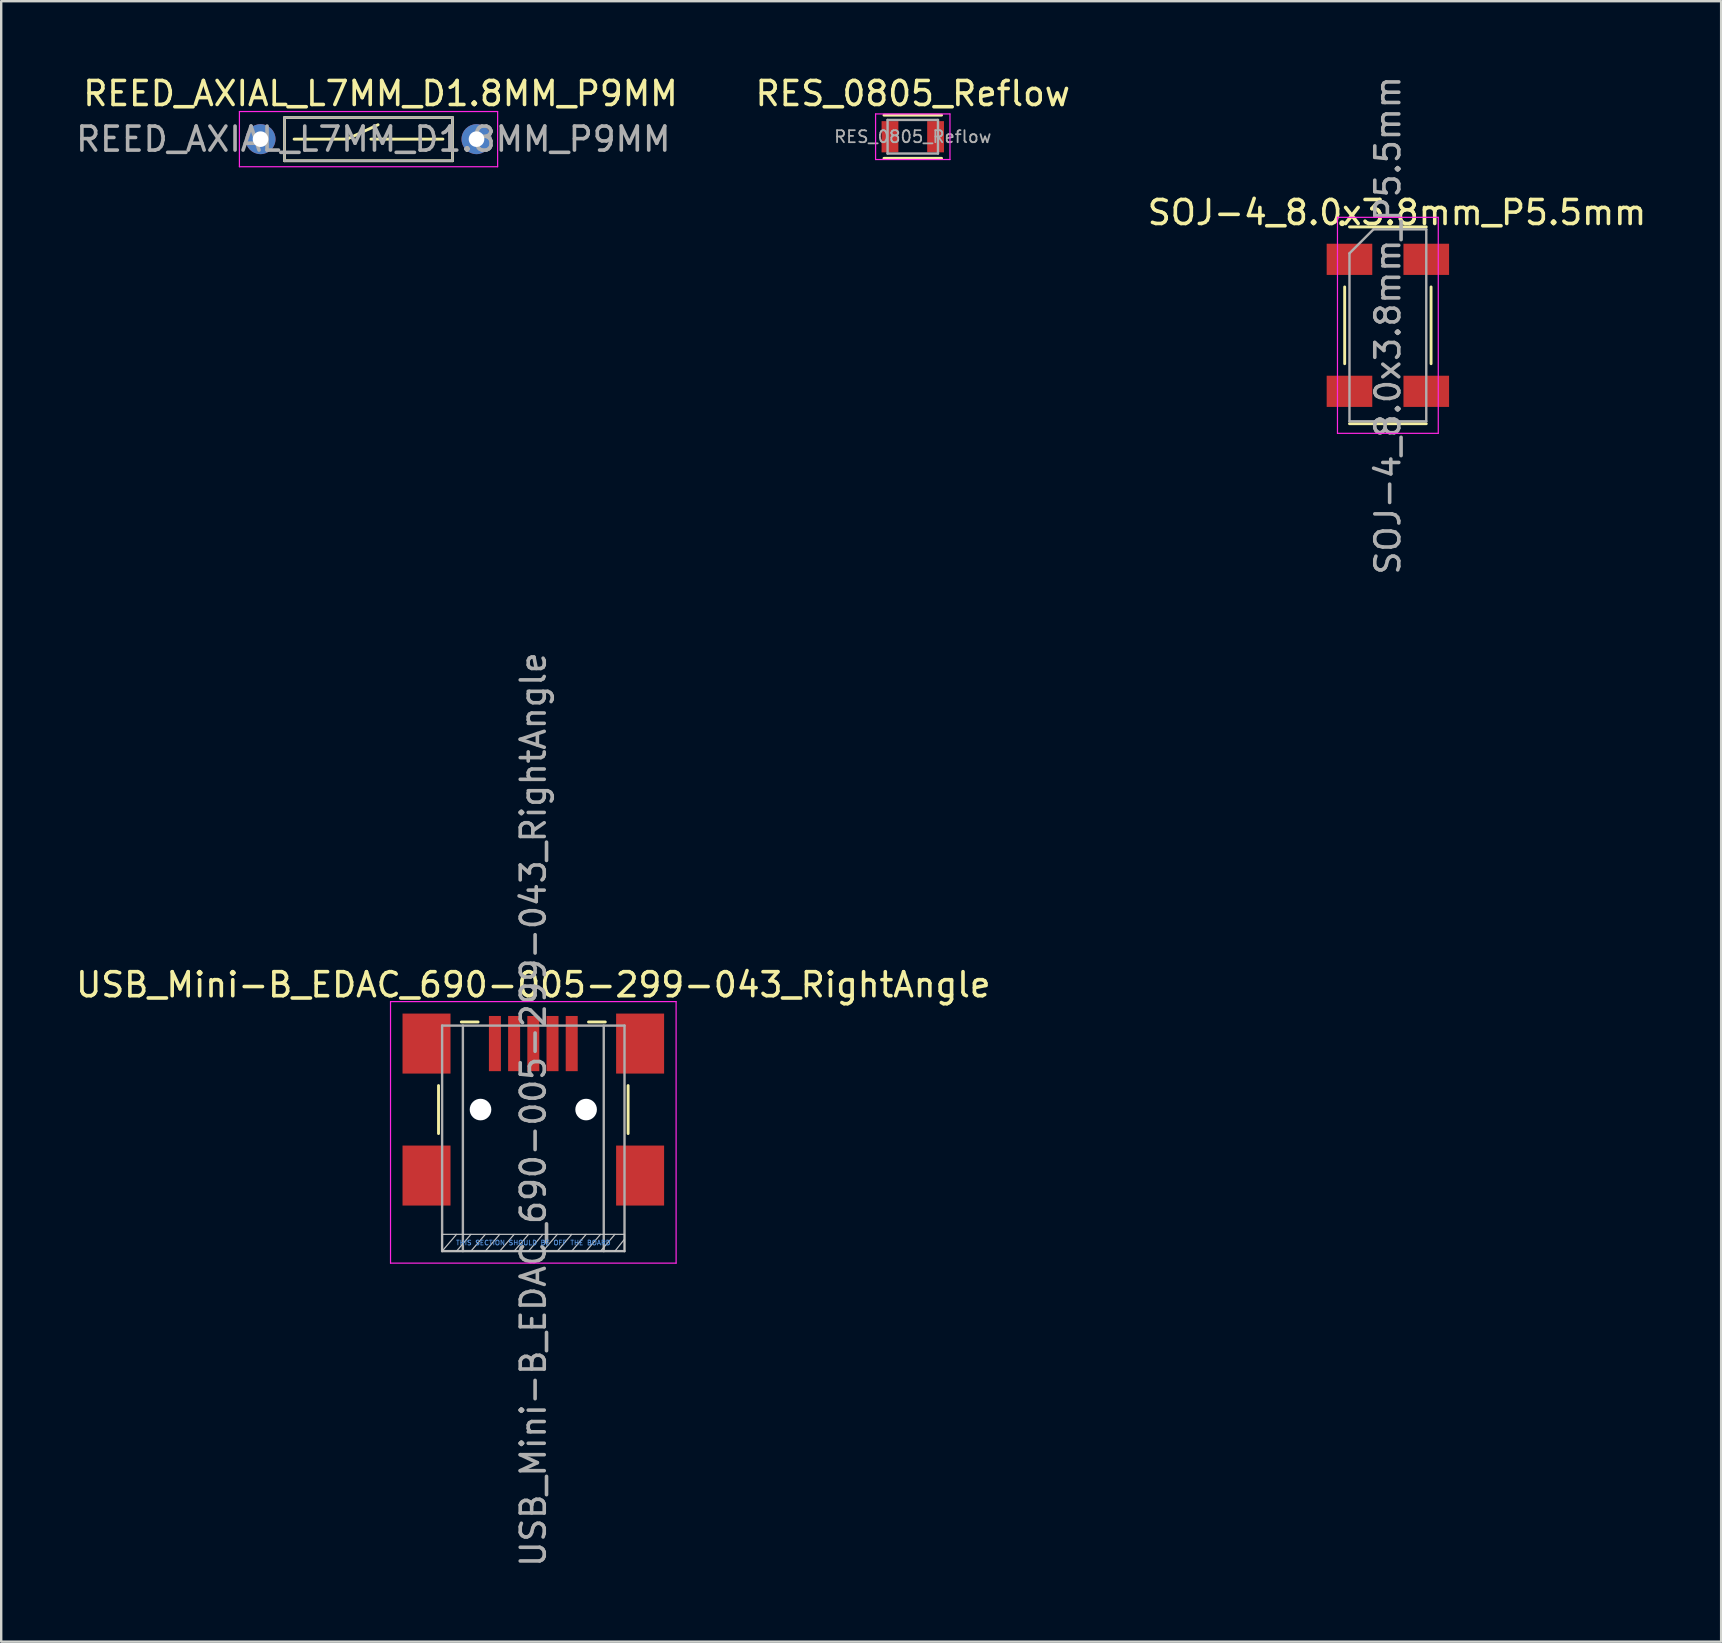
<source format=kicad_pcb>
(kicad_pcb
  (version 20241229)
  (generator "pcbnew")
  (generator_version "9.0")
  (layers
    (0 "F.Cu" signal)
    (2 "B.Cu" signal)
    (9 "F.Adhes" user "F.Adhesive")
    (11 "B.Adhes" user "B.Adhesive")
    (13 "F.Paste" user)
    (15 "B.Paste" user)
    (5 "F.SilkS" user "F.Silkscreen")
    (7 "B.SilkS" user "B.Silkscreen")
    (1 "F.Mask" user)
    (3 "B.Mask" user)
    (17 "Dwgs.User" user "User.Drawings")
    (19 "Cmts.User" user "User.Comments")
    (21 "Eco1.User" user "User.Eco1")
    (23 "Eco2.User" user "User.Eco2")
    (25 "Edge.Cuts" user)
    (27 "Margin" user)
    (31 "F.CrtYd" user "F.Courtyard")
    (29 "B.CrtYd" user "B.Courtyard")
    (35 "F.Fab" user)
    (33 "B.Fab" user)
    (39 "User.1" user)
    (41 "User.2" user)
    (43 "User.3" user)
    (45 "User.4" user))
  (footprint "USB_Mini-B_EDAC_690-005-299-043_RightAngle"
    (layer "F.Cu")
    (at 19.173 43.185)
    (property "Reference" "USB_Mini-B_EDAC_690-005-299-043_RightAngle" (at 0 -5.2 0) (layer "F.SilkS") (effects (font (size 1 1) (thickness 0.15))))
    (attr smd)
    (fp_line (start -3.95 -1) (end -3.95 1) (stroke (width 0.12) (type solid)) (layer "F.SilkS"))
    (fp_line (start -2.3 -3.65) (end -3 -3.65) (stroke (width 0.12) (type solid)) (layer "F.SilkS"))
    (fp_line (start 2.3 -3.65) (end 3 -3.65) (stroke (width 0.12) (type solid)) (layer "F.SilkS"))
    (fp_line (start 3.95 -1) (end 3.95 1) (stroke (width 0.12) (type solid)) (layer "F.SilkS"))
    (fp_line (start -3.8 5.2) (end -3.8 5.9) (stroke (width 0.05) (type solid)) (layer "Dwgs.User"))
    (fp_line (start -3.8 5.2) (end 3.8 5.2) (stroke (width 0.05) (type solid)) (layer "Dwgs.User"))
    (fp_line (start -3.8 5.9) (end -3.2 5.2) (stroke (width 0.05) (type solid)) (layer "Dwgs.User"))
    (fp_line (start -3.8 5.9) (end 3.8 5.9) (stroke (width 0.05) (type solid)) (layer "Dwgs.User"))
    (fp_line (start -3.2 5.9) (end -2.6 5.2) (stroke (width 0.05) (type solid)) (layer "Dwgs.User"))
    (fp_line (start -2.6 5.9) (end -2 5.2) (stroke (width 0.05) (type solid)) (layer "Dwgs.User"))
    (fp_line (start -2 5.9) (end -1.4 5.2) (stroke (width 0.05) (type solid)) (layer "Dwgs.User"))
    (fp_line (start -1.4 5.9) (end -0.8 5.2) (stroke (width 0.05) (type solid)) (layer "Dwgs.User"))
    (fp_line (start -0.8 5.9) (end -0.2 5.2) (stroke (width 0.05) (type solid)) (layer "Dwgs.User"))
    (fp_line (start -0.2 5.9) (end 0.4 5.2) (stroke (width 0.05) (type solid)) (layer "Dwgs.User"))
    (fp_line (start 0.4 5.9) (end 1 5.2) (stroke (width 0.05) (type solid)) (layer "Dwgs.User"))
    (fp_line (start 1 5.9) (end 1.6 5.2) (stroke (width 0.05) (type solid)) (layer "Dwgs.User"))
    (fp_line (start 1.6 5.9) (end 2.2 5.2) (stroke (width 0.05) (type solid)) (layer "Dwgs.User"))
    (fp_line (start 2.2 5.9) (end 2.8 5.2) (stroke (width 0.05) (type solid)) (layer "Dwgs.User"))
    (fp_line (start 2.8 5.9) (end 3.4 5.2) (stroke (width 0.05) (type solid)) (layer "Dwgs.User"))
    (fp_line (start 3.4 5.9) (end 3.8 5.4) (stroke (width 0.05) (type solid)) (layer "Dwgs.User"))
    (fp_line (start 3.8 5.2) (end 3.8 5.9) (stroke (width 0.05) (type solid)) (layer "Dwgs.User"))
    (fp_line (start -5.95 -4.5) (end -5.95 6.4) (stroke (width 0.05) (type solid)) (layer "F.CrtYd"))
    (fp_line (start -5.95 -4.5) (end 5.95 -4.5) (stroke (width 0.05) (type solid)) (layer "F.CrtYd"))
    (fp_line (start -5.95 6.4) (end 5.95 6.4) (stroke (width 0.05) (type solid)) (layer "F.CrtYd"))
    (fp_line (start 5.95 -4.5) (end 5.95 6.4) (stroke (width 0.05) (type solid)) (layer "F.CrtYd"))
    (fp_line (start -3.8 -3.5) (end -3.8 5.9) (stroke (width 0.1) (type solid)) (layer "F.Fab"))
    (fp_line (start -3.8 -3.5) (end 3.8 -3.5) (stroke (width 0.1) (type solid)) (layer "F.Fab"))
    (fp_line (start -3.8 5.9) (end 3.8 5.9) (stroke (width 0.1) (type solid)) (layer "F.Fab"))
    (fp_line (start -2.935 -3.5) (end -2.935 5.9) (stroke (width 0.1) (type solid)) (layer "F.Fab"))
    (fp_line (start 2.935 5.9) (end 2.935 -3.5) (stroke (width 0.1) (type solid)) (layer "F.Fab"))
    (fp_line (start 3.8 5.9) (end 3.8 -3.5) (stroke (width 0.1) (type solid)) (layer "F.Fab"))
    (fp_text user "THIS SECTION SHOULD BE OFF THE BOARD" (at 0 5.55 0) (layer "Cmts.User") (effects (font (size 0.2 0.2) (thickness 0.032))))
    (fp_text user "${REFERENCE}" (at 0 0 90) (layer "F.Fab") (effects (font (size 1 1) (thickness 0.15))))
    (pad "" np_thru_hole circle (at -2.2 0) (size 0.9 0.9) (drill 0.9) (layers "*.Cu" "*.Mask"))
    (pad "" np_thru_hole circle (at 2.2 0) (size 0.9 0.9) (drill 0.9) (layers "*.Cu" "*.Mask"))
    (pad "1" smd rect (at -1.6 -2.75) (size 0.5 2.3) (layers "F.Cu" "F.Mask" "F.Paste"))
    (pad "2" smd rect (at -0.8 -2.75) (size 0.5 2.3) (layers "F.Cu" "F.Mask" "F.Paste"))
    (pad "3" smd rect (at 0 -2.75) (size 0.5 2.3) (layers "F.Cu" "F.Mask" "F.Paste"))
    (pad "4" smd rect (at 0.8 -2.75) (size 0.5 2.3) (layers "F.Cu" "F.Mask" "F.Paste"))
    (pad "5" smd rect (at 1.6 -2.75) (size 0.5 2.3) (layers "F.Cu" "F.Mask" "F.Paste"))
    (pad "6" smd rect (at -4.45 -2.75) (size 2 2.5) (layers "F.Cu" "F.Mask" "F.Paste"))
    (pad "6" smd rect (at -4.45 2.75) (size 2 2.5) (layers "F.Cu" "F.Mask" "F.Paste"))
    (pad "6" smd rect (at 4.45 -2.75) (size 2 2.5) (layers "F.Cu" "F.Mask" "F.Paste"))
    (pad "6" smd rect (at 4.45 2.75) (size 2 2.5) (layers "F.Cu" "F.Mask" "F.Paste")))
  (footprint "RES_0805_Reflow"
    (layer "F.Cu")
    (at 34.985 2.648)
    (property "Reference" "RES_0805_Reflow" (at 0 -1.8 0) (layer "F.SilkS") (effects (font (size 1 1) (thickness 0.15))))
    (attr smd)
    (fp_line (start -1.2 -0.9) (end 1.2 -0.9) (stroke (width 0.12) (type solid)) (layer "F.SilkS"))
    (fp_line (start 1.2 0.9) (end -1.2 0.9) (stroke (width 0.12) (type solid)) (layer "F.SilkS"))
    (fp_line (start -1.55 -0.95) (end -1.55 0.95) (stroke (width 0.05) (type solid)) (layer "F.CrtYd"))
    (fp_line (start -1.55 -0.95) (end 1.55 -0.95) (stroke (width 0.05) (type solid)) (layer "F.CrtYd"))
    (fp_line (start -1.55 0.95) (end 1.55 0.95) (stroke (width 0.05) (type solid)) (layer "F.CrtYd"))
    (fp_line (start 1.55 -0.95) (end 1.55 0.95) (stroke (width 0.05) (type solid)) (layer "F.CrtYd"))
    (fp_line (start -1.05 -0.7) (end -1.05 0.7) (stroke (width 0.1) (type solid)) (layer "F.Fab"))
    (fp_line (start -1.05 -0.7) (end 1.05 -0.7) (stroke (width 0.1) (type solid)) (layer "F.Fab"))
    (fp_line (start -1.05 0.7) (end 1.05 0.7) (stroke (width 0.1) (type solid)) (layer "F.Fab"))
    (fp_line (start 1.05 -0.7) (end 1.05 0.7) (stroke (width 0.1) (type solid)) (layer "F.Fab"))
    (fp_text user "${REFERENCE}" (at 0 0 0) (layer "F.Fab") (effects (font (size 0.5 0.5) (thickness 0.075))))
    (pad "1" smd rect (at -0.95 0) (size 0.7 1.3) (layers "F.Cu" "F.Mask" "F.Paste"))
    (pad "2" smd rect (at 0.95 0) (size 0.7 1.3) (layers "F.Cu" "F.Mask" "F.Paste")))
  (footprint "REED_AXIAL_L7MM_D1.8MM_P9MM"
    (layer "F.Cu")
    (at 7.806 2.748)
    (property "Reference" "REED_AXIAL_L7MM_D1.8MM_P9MM" (at 5 -1.9 0) (layer "F.SilkS") (effects (font (size 1 1) (thickness 0.15))))
    (attr through_hole)
    (fp_line (start 1 -0.9) (end 8 -0.9) (stroke (width 0.12) (type solid)) (layer "F.SilkS"))
    (fp_line (start 1 0.9) (end 1 -0.9) (stroke (width 0.12) (type solid)) (layer "F.SilkS"))
    (fp_line (start 3.6 0) (end 1.4 0) (stroke (width 0.12) (type solid)) (layer "F.SilkS"))
    (fp_line (start 3.6 0) (end 4.9 -0.6) (stroke (width 0.12) (type solid)) (layer "F.SilkS"))
    (fp_line (start 4.6 0) (end 7.6 0) (stroke (width 0.12) (type solid)) (layer "F.SilkS"))
    (fp_line (start 8 -0.9) (end 8 0.9) (stroke (width 0.12) (type solid)) (layer "F.SilkS"))
    (fp_line (start 8 0.9) (end 1 0.9) (stroke (width 0.12) (type solid)) (layer "F.SilkS"))
    (fp_line (start -0.88 -1.15) (end -0.88 1.15) (stroke (width 0.05) (type solid)) (layer "F.CrtYd"))
    (fp_line (start -0.88 -1.15) (end 9.88 -1.15) (stroke (width 0.05) (type solid)) (layer "F.CrtYd"))
    (fp_line (start -0.88 1.15) (end 9.88 1.15) (stroke (width 0.05) (type solid)) (layer "F.CrtYd"))
    (fp_line (start 9.88 -1.15) (end 9.88 1.15) (stroke (width 0.05) (type solid)) (layer "F.CrtYd"))
    (fp_line (start 1 -0.9) (end 1 0.9) (stroke (width 0.1) (type solid)) (layer "F.Fab"))
    (fp_line (start 1 -0.9) (end 8 -0.9) (stroke (width 0.1) (type solid)) (layer "F.Fab"))
    (fp_line (start 1 0.9) (end 8 0.9) (stroke (width 0.1) (type solid)) (layer "F.Fab"))
    (fp_line (start 8 0.9) (end 8 -0.9) (stroke (width 0.1) (type solid)) (layer "F.Fab"))
    (fp_text user "${REFERENCE}" (at 4.7 0 0) (layer "F.Fab") (effects (font (size 1 1) (thickness 0.15))))
    (pad "1" thru_hole circle (at 0 0) (size 1.25 1.25) (drill 0.65) (layers "*.Cu" "*.Mask"))
    (pad "2" thru_hole circle (at 9 0) (size 1.25 1.25) (drill 0.65) (layers "*.Cu" "*.Mask")))
  (footprint "SOJ-4_8.0x3.8mm_P5.5mm"
    (layer "F.Cu")
    (at 54.782 10.506)
    (property "Reference" "SOJ-4_8.0x3.8mm_P5.5mm" (at 0.381 -4.699 0) (layer "F.SilkS") (effects (font (size 1 1) (thickness 0.15))))
    (attr smd)
    (fp_line (start -1.8 -1.6) (end -1.8 1.6) (stroke (width 0.12) (type solid)) (layer "F.SilkS"))
    (fp_line (start -1.6 -4.1) (end 1.6 -4.1) (stroke (width 0.12) (type solid)) (layer "F.SilkS"))
    (fp_line (start -1.6 4.1) (end 1.6 4.1) (stroke (width 0.12) (type solid)) (layer "F.SilkS"))
    (fp_line (start 1.8 -1.6) (end 1.8 1.6) (stroke (width 0.12) (type solid)) (layer "F.SilkS"))
    (fp_circle (center -1.905 -4.255) (end -1.905 -4.191) (stroke (width 0.12) (type solid)) (fill no) (layer "F.SilkS"))
    (fp_line (start -2.1 -4.5) (end 2.1 -4.5) (stroke (width 0.05) (type solid)) (layer "F.CrtYd"))
    (fp_line (start -2.1 4.5) (end -2.1 -4.5) (stroke (width 0.05) (type solid)) (layer "F.CrtYd"))
    (fp_line (start -2.1 4.5) (end 2.1 4.5) (stroke (width 0.05) (type solid)) (layer "F.CrtYd"))
    (fp_line (start 2.1 -4.5) (end 2.1 4.5) (stroke (width 0.05) (type solid)) (layer "F.CrtYd"))
    (fp_line (start -1.6 -3) (end -1.6 4) (stroke (width 0.1) (type solid)) (layer "F.Fab"))
    (fp_line (start -1.6 4) (end 1.6 4) (stroke (width 0.1) (type solid)) (layer "F.Fab"))
    (fp_line (start -0.6 -4) (end -1.6 -3) (stroke (width 0.1) (type solid)) (layer "F.Fab"))
    (fp_line (start -0.6 -4) (end 1.6 -4) (stroke (width 0.1) (type solid)) (layer "F.Fab"))
    (fp_line (start 1.6 -4) (end 1.6 4) (stroke (width 0.1) (type solid)) (layer "F.Fab"))
    (fp_text user "${REFERENCE}" (at 0 0 90) (layer "F.Fab") (effects (font (size 1 1) (thickness 0.15))))
    (pad "1" smd rect (at -1.6 -2.75) (size 1.9 1.3) (layers "F.Cu" "F.Mask" "F.Paste"))
    (pad "2" smd rect (at -1.6 2.75) (size 1.9 1.3) (layers "F.Cu" "F.Mask" "F.Paste"))
    (pad "3" smd rect (at 1.6 2.75) (size 1.9 1.3) (layers "F.Cu" "F.Mask" "F.Paste"))
    (pad "4" smd rect (at 1.6 -2.75) (size 1.9 1.3) (layers "F.Cu" "F.Mask" "F.Paste")))
  (gr_rect
    (start -3 -3)
    (end 68.669 65.357)
    (stroke (width 0.1) (type default))
    (fill no)
    (layer "Edge.Cuts")))
</source>
